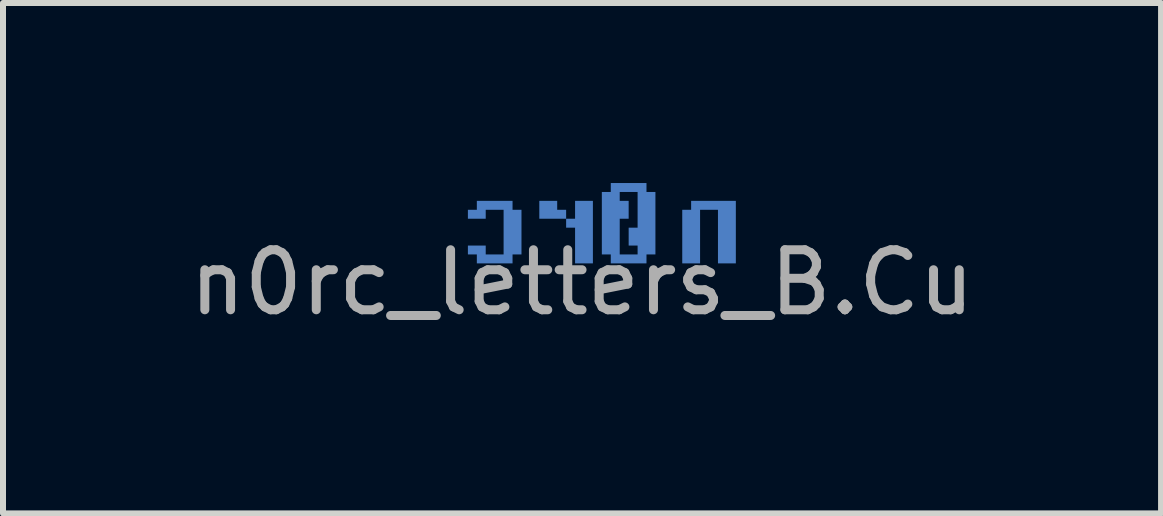
<source format=kicad_pcb>
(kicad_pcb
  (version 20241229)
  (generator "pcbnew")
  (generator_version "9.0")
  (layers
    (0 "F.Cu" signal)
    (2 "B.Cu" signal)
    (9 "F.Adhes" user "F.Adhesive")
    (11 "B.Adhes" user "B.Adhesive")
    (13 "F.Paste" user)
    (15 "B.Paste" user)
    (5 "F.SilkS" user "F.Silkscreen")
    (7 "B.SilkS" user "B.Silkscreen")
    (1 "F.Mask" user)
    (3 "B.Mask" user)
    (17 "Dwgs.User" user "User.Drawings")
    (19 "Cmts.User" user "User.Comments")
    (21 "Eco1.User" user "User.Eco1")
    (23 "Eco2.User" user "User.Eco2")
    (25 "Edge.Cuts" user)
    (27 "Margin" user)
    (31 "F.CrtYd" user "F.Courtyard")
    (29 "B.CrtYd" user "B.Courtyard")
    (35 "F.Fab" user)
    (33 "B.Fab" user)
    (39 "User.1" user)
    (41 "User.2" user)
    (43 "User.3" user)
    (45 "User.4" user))
  (footprint "n0rc_letters_B.Cu"
    (layer "F.Cu")
    (at 6.649 0.657)
    (property "Reference" "n0rc_letters_B.Cu" (at 0 1 0) (unlocked yes) (layer "F.Fab") (effects (font (size 1 1) (thickness 0.15))))
    (attr board_only exclude_from_pos_files exclude_from_bom)
    (fp_poly (pts (xy -0.712 -0.062) (xy -0.265 -0.062) (xy -0.265 -0.211) (xy -0.414 -0.211) (xy -0.414 -0.36) (xy -0.712 -0.36)) (stroke (width 0) (type solid)) (fill yes) (layer "B.Cu"))
    (fp_poly (pts (xy -0.116 -0.062) (xy -0.265 -0.062) (xy -0.265 0.087) (xy -0.116 0.087) (xy -0.116 0.682) (xy 0.181 0.682) (xy 0.181 -0.36) (xy -0.116 -0.36)) (stroke (width 0) (type solid)) (fill yes) (layer "B.Cu"))
    (fp_poly (pts (xy 1.818 -0.211) (xy 1.67 -0.211) (xy 1.67 0.682) (xy 1.967 0.682) (xy 1.967 -0.211) (xy 2.265 -0.211) (xy 2.265 0.682) (xy 2.563 0.682) (xy 2.563 -0.36) (xy 1.818 -0.36)) (stroke (width 0) (type solid)) (fill yes) (layer "B.Cu"))
    (fp_poly (pts (xy -1.753 -0.211) (xy -1.902 -0.211) (xy -1.902 -0.062) (xy -1.605 -0.062) (xy -1.605 -0.211) (xy -1.307 -0.211) (xy -1.307 0.533) (xy -1.605 0.533) (xy -1.605 0.385) (xy -1.902 0.385) (xy -1.902 0.533) (xy -1.753 0.533) (xy -1.753 0.682) (xy -1.158 0.682) (xy -1.158 0.533) (xy -1.009 0.533) (xy -1.009 -0.211) (xy -1.158 -0.211) (xy -1.158 -0.36) (xy -1.753 -0.36)) (stroke (width 0) (type solid)) (fill yes) (layer "B.Cu"))
    (fp_poly (pts (xy 0.479 -0.508) (xy 0.33 -0.508) (xy 0.33 0.533) (xy 0.479 0.533) (xy 0.479 0.682) (xy 1.074 0.682) (xy 1.074 0.533) (xy 1.223 0.533) (xy 1.223 -0.508) (xy 1.074 -0.508) (xy 0.926 -0.508) (xy 0.926 0.087) (xy 0.777 0.087) (xy 0.777 0.385) (xy 0.926 0.385) (xy 0.926 0.533) (xy 0.628 0.533) (xy 0.628 -0.062) (xy 0.777 -0.062) (xy 0.777 -0.36) (xy 0.628 -0.36) (xy 0.628 -0.508) (xy 0.926 -0.508) (xy 1.074 -0.508) (xy 1.074 -0.657) (xy 0.479 -0.657)) (stroke (width 0) (type solid)) (fill yes) (layer "B.Cu")))
  (gr_rect
    (start -3 -3)
    (end 16.298 5.505)
    (stroke (width 0.1) (type default))
    (fill no)
    (layer "Edge.Cuts")))
</source>
